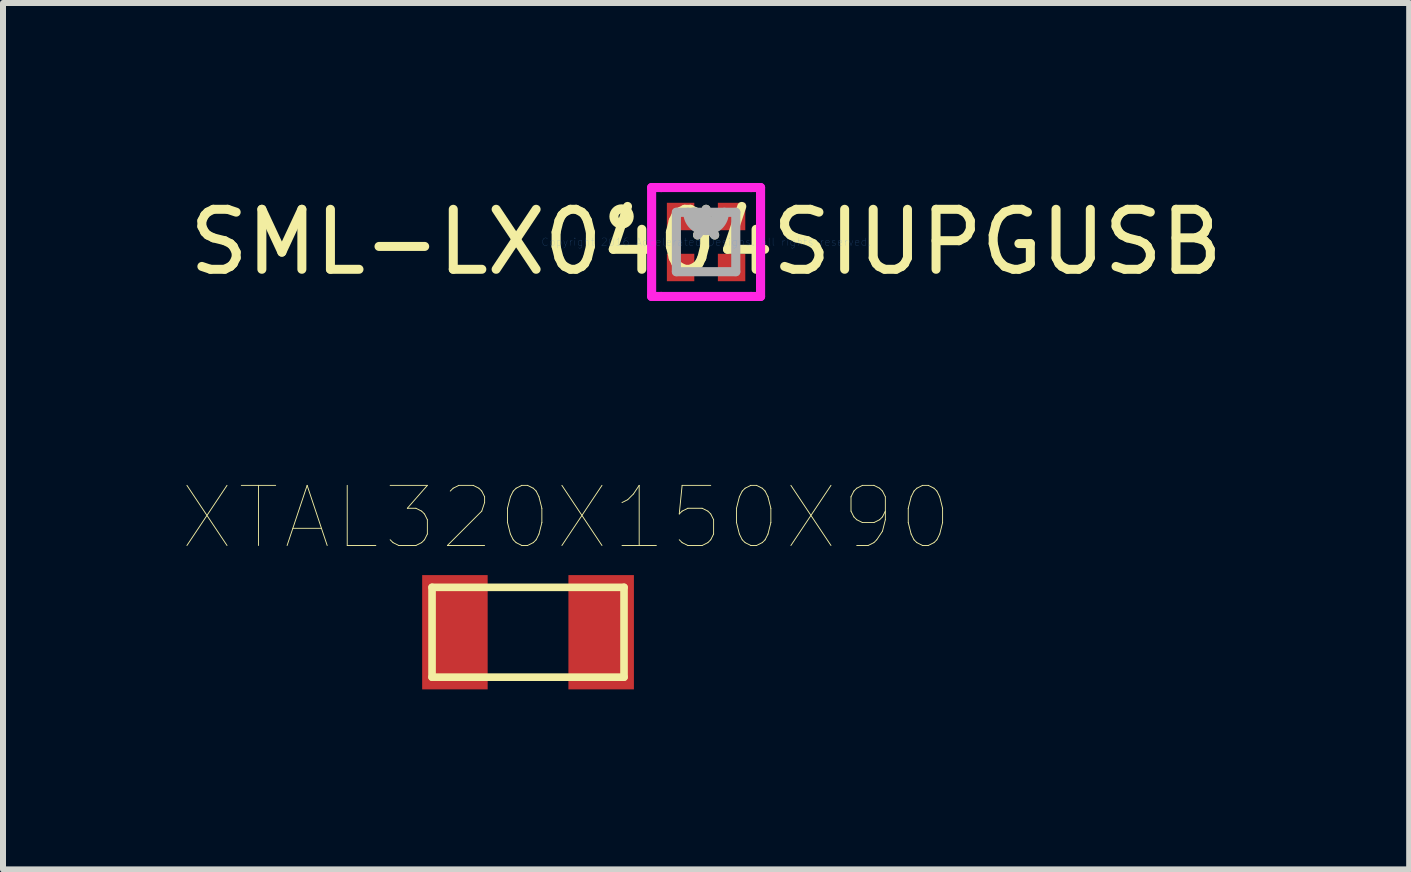
<source format=kicad_pcb>
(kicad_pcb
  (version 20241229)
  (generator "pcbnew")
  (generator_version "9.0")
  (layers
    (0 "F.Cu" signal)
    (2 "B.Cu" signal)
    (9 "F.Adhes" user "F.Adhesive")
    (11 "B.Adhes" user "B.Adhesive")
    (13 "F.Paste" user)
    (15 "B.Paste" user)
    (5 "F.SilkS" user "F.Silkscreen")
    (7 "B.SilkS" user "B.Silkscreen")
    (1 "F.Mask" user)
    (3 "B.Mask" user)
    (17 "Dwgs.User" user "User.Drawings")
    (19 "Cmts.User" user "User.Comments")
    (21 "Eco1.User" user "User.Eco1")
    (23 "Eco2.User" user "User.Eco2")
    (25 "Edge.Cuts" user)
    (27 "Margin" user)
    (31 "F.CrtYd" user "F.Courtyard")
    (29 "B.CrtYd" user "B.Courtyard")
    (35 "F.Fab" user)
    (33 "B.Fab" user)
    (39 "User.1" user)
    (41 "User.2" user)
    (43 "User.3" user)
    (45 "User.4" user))
  (footprint "XTAL320X150X90"
    (layer "F.Cu")
    (at 5.752 7.489)
    (property "Reference" "XTAL320X150X90" (at 0.636 -1.909 0) (layer "F.SilkS") (effects (font (size 1.002 1.002) (thickness 0.015))))
    (attr through_hole)
    (fp_line (start -1.6 -0.749) (end 1.6 -0.749) (stroke (width 0.127) (type solid)) (layer "F.SilkS"))
    (fp_line (start -1.6 0.749) (end -1.6 -0.749) (stroke (width 0.127) (type solid)) (layer "F.SilkS"))
    (fp_line (start 1.6 -0.749) (end 1.6 0.749) (stroke (width 0.127) (type solid)) (layer "F.SilkS"))
    (fp_line (start 1.6 0.749) (end -1.6 0.749) (stroke (width 0.127) (type solid)) (layer "F.SilkS"))
    (pad "1" smd rect (at -1.219 0) (size 1.092 1.905) (layers "F.Cu" "F.Mask" "F.Paste"))
    (pad "2" smd rect (at 1.219 0) (size 1.092 1.905) (layers "F.Cu" "F.Mask" "F.Paste")))
  (footprint "SML-LX0404SIUPGUSB"
    (layer "F.Cu")
    (at 8.72 0.984)
    (property "Reference" "SML-LX0404SIUPGUSB" (at 0 0 0) (layer "F.SilkS") (effects (font (size 1 1) (thickness 0.15))))
    (attr through_hole)
    (fp_circle (center -1.409 -0.425) (end -1.282 -0.425) (stroke (width 0.152) (type solid)) (fill no) (layer "F.SilkS"))
    (fp_line (start -0.908 -0.908) (end -0.749 -0.908) (stroke (width 0.152) (type solid)) (layer "F.CrtYd"))
    (fp_line (start -0.908 0.908) (end -0.908 -0.908) (stroke (width 0.152) (type solid)) (layer "F.CrtYd"))
    (fp_line (start -0.749 -0.908) (end -0.749 -0.908) (stroke (width 0.152) (type solid)) (layer "F.CrtYd"))
    (fp_line (start -0.749 -0.908) (end 0.749 -0.908) (stroke (width 0.152) (type solid)) (layer "F.CrtYd"))
    (fp_line (start -0.749 0.908) (end -0.908 0.908) (stroke (width 0.152) (type solid)) (layer "F.CrtYd"))
    (fp_line (start -0.749 0.908) (end -0.749 0.908) (stroke (width 0.152) (type solid)) (layer "F.CrtYd"))
    (fp_line (start 0.749 -0.908) (end 0.749 -0.908) (stroke (width 0.152) (type solid)) (layer "F.CrtYd"))
    (fp_line (start 0.749 -0.908) (end 0.908 -0.908) (stroke (width 0.152) (type solid)) (layer "F.CrtYd"))
    (fp_line (start 0.749 0.908) (end -0.749 0.908) (stroke (width 0.152) (type solid)) (layer "F.CrtYd"))
    (fp_line (start 0.749 0.908) (end 0.749 0.908) (stroke (width 0.152) (type solid)) (layer "F.CrtYd"))
    (fp_line (start 0.908 -0.908) (end 0.908 0.908) (stroke (width 0.152) (type solid)) (layer "F.CrtYd"))
    (fp_line (start 0.908 0.908) (end 0.749 0.908) (stroke (width 0.152) (type solid)) (layer "F.CrtYd"))
    (fp_line (start -0.495 -0.495) (end -0.495 0.495) (stroke (width 0.152) (type solid)) (layer "F.Fab"))
    (fp_line (start -0.495 0.495) (end 0.495 0.495) (stroke (width 0.152) (type solid)) (layer "F.Fab"))
    (fp_line (start 0.495 -0.495) (end -0.495 -0.495) (stroke (width 0.152) (type solid)) (layer "F.Fab"))
    (fp_line (start 0.495 0.495) (end 0.495 -0.495) (stroke (width 0.152) (type solid)) (layer "F.Fab"))
    (fp_arc (start 0.3048 -0.4953) (mid 0 -0.1905) (end -0.3048 -0.4953) (stroke (width 0.1524) (type solid)) (layer "F.Fab"))
    (fp_circle (center -0.196 -0.425) (end -0.12 -0.425) (stroke (width 0.152) (type solid)) (fill no) (layer "F.Fab"))
    (fp_text user "*" (at 0 0 0) (layer "F.SilkS") (effects (font (size 1 1) (thickness 0.15))))
    (fp_text user "Copyright 2016 Accelerated Designs. All rights reserved." (at 0 0 0) (layer "Cmts.User") (effects (font (size 0.127 0.127) (thickness 0.002))))
    (fp_text user "*" (at 0 0 0) (layer "F.Fab") (effects (font (size 1 1) (thickness 0.15))))
    (pad "1" smd rect (at -0.425 -0.425) (size 0.457 0.457) (layers "F.Cu" "F.Mask" "F.Paste"))
    (pad "2" smd rect (at 0.425 -0.425) (size 0.457 0.457) (layers "F.Cu" "F.Mask" "F.Paste"))
    (pad "3" smd rect (at 0.425 0.425) (size 0.457 0.457) (layers "F.Cu" "F.Mask" "F.Paste"))
    (pad "4" smd rect (at -0.425 0.425) (size 0.457 0.457) (layers "F.Cu" "F.Mask" "F.Paste")))
  (gr_rect
    (start -3 -3)
    (end 20.44 11.442)
    (stroke (width 0.1) (type default))
    (fill no)
    (layer "Edge.Cuts")))
</source>
